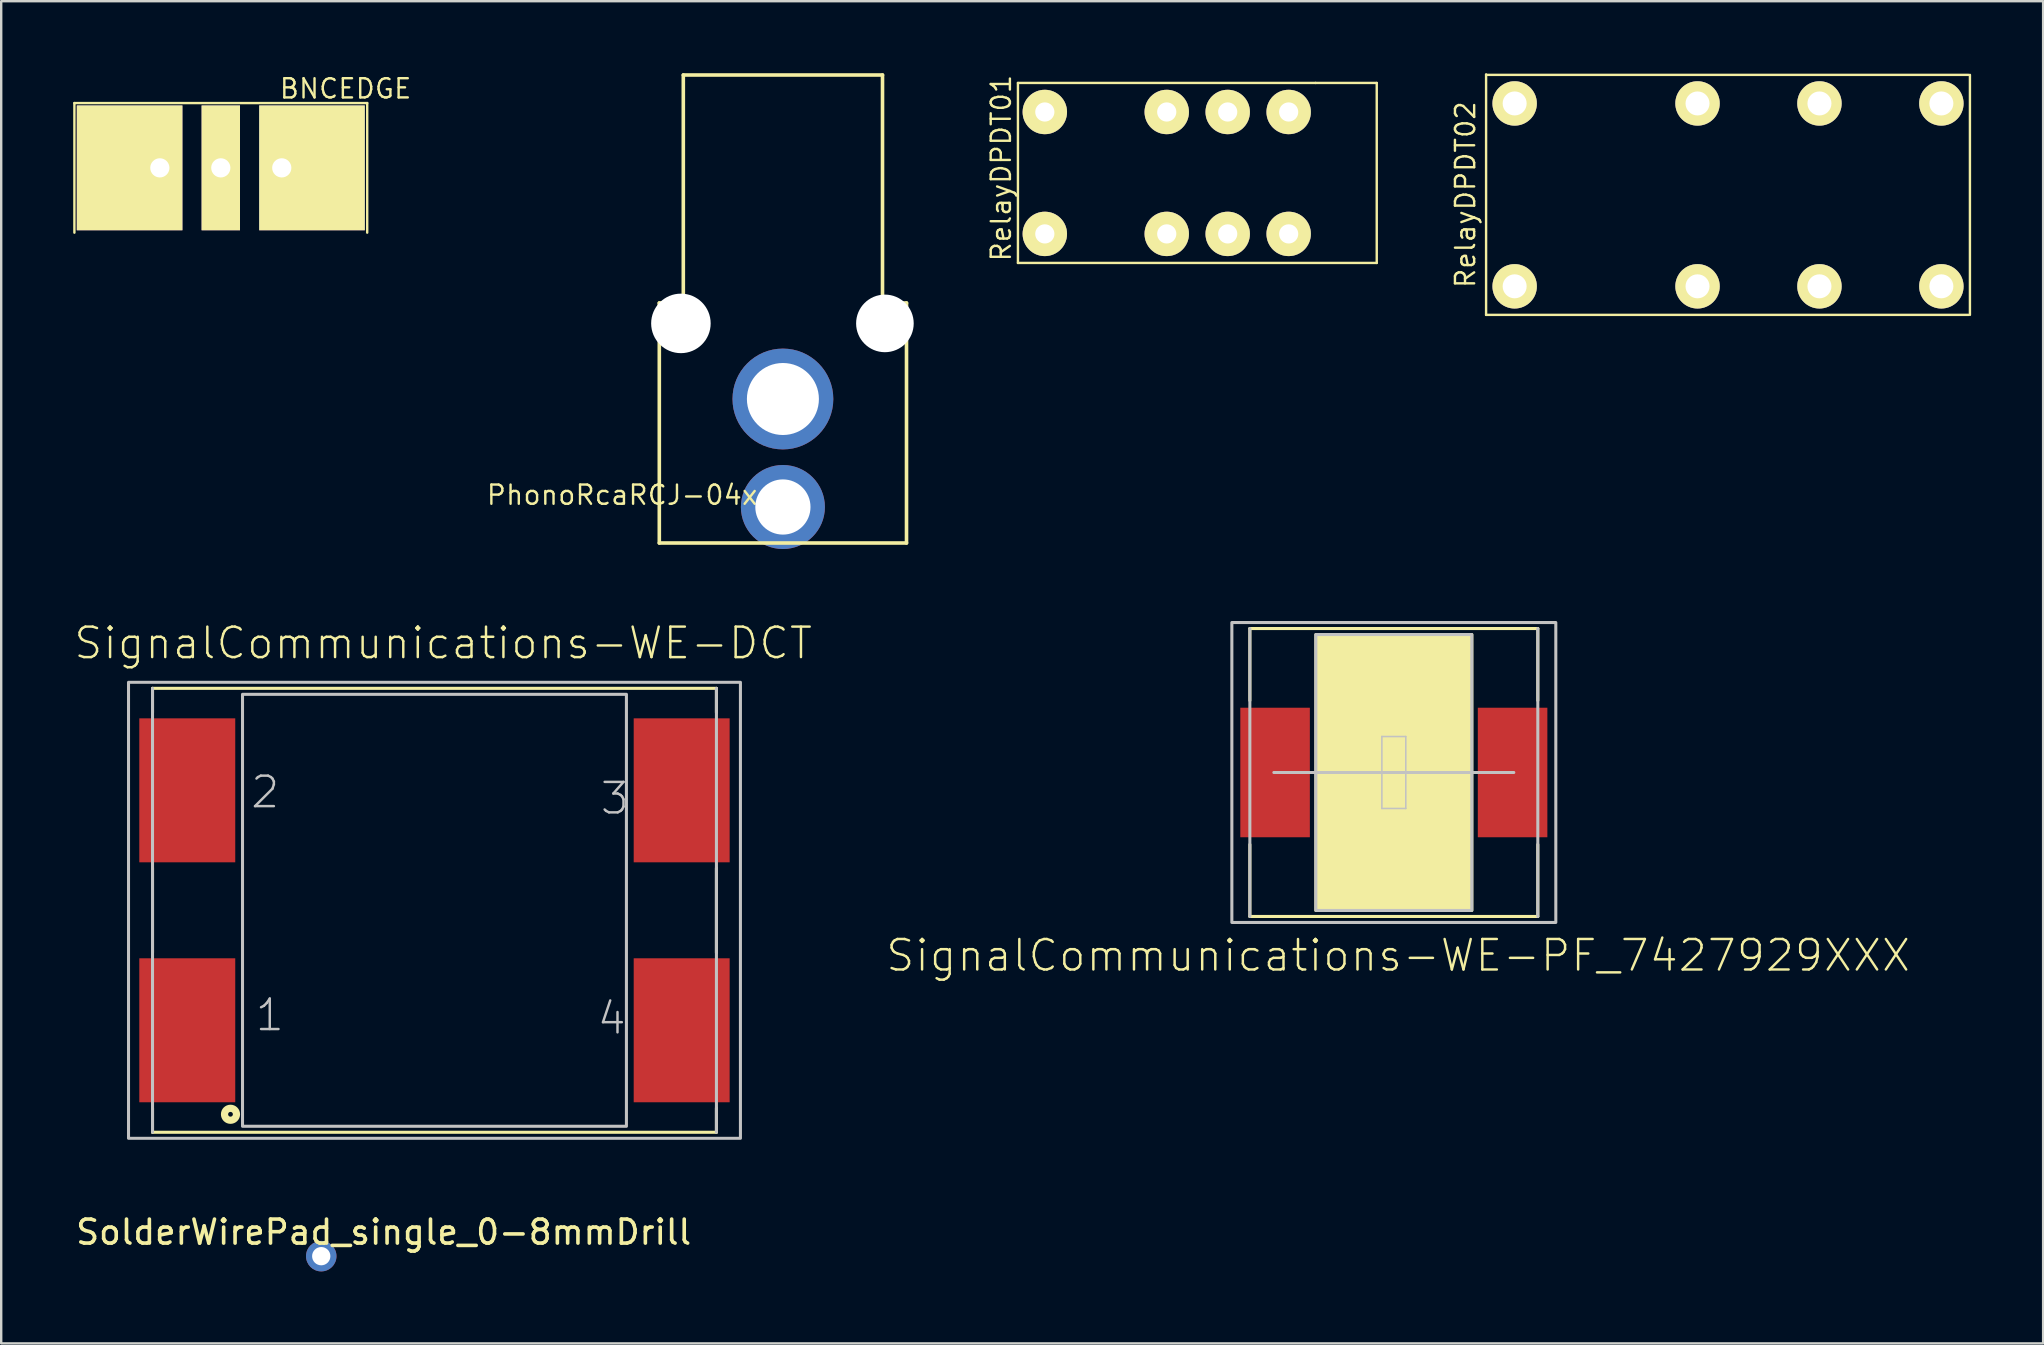
<source format=kicad_pcb>
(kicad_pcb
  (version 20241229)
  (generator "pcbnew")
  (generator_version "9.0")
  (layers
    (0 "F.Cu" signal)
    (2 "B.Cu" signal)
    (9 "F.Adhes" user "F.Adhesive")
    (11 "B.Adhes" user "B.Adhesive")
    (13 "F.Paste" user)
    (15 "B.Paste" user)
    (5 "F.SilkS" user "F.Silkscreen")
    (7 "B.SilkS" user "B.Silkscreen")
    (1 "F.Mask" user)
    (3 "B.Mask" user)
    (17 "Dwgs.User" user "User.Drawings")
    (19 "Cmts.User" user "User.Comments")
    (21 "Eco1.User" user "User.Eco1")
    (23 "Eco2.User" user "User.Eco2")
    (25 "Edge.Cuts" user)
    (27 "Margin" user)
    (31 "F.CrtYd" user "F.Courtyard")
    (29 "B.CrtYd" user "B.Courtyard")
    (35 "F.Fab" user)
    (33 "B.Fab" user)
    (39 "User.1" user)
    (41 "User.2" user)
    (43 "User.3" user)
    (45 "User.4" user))
  (footprint "RelayDPDT01"
    (layer "F.Cu")
    (at 45.564 4.156)
    (property "Reference" "RelayDPDT01" (at -6.9 -0.2 90) (layer "F.SilkS") (effects (font (size 0.8 0.8) (thickness 0.1))))
    (attr through_hole)
    (fp_line (start -6.2 -3.75) (end 6.2 -3.75) (stroke (width 0.1) (type solid)) (layer "F.SilkS"))
    (fp_line (start -6.2 3.75) (end -6.2 -3.75) (stroke (width 0.1) (type solid)) (layer "F.SilkS"))
    (fp_line (start 6.2 -3.75) (end 8.75 -3.75) (stroke (width 0.1) (type solid)) (layer "F.SilkS"))
    (fp_line (start 8.75 -3.75) (end 8.75 3.75) (stroke (width 0.1) (type solid)) (layer "F.SilkS"))
    (fp_line (start 8.75 3.75) (end -6.2 3.75) (stroke (width 0.1) (type solid)) (layer "F.SilkS"))
    (pad "1" thru_hole circle (at -5.08 2.54) (size 1.85 1.85) (drill 0.8) (layers "*.Cu" "*.Mask" "F.SilkS"))
    (pad "2" thru_hole circle (at 0 2.54) (size 1.85 1.85) (drill 0.8) (layers "*.Cu" "*.Mask" "F.SilkS"))
    (pad "3" thru_hole circle (at 2.54 2.54) (size 1.85 1.85) (drill 0.8) (layers "*.Cu" "*.Mask" "F.SilkS"))
    (pad "4" thru_hole circle (at 5.08 2.54) (size 1.85 1.85) (drill 0.8) (layers "*.Cu" "*.Mask" "F.SilkS"))
    (pad "5" thru_hole circle (at 5.08 -2.54) (size 1.85 1.85) (drill 0.8) (layers "*.Cu" "*.Mask" "F.SilkS"))
    (pad "6" thru_hole circle (at 2.54 -2.54) (size 1.85 1.85) (drill 0.8) (layers "*.Cu" "*.Mask" "F.SilkS"))
    (pad "7" thru_hole circle (at 0 -2.54) (size 1.85 1.85) (drill 0.8) (layers "*.Cu" "*.Mask" "F.SilkS"))
    (pad "8" thru_hole circle (at -5.08 -2.54) (size 1.85 1.85) (drill 0.8) (layers "*.Cu" "*.Mask" "F.SilkS")))
  (footprint "RelayDPDT02"
    (layer "F.Cu")
    (at 68.95 5.07)
    (property "Reference" "RelayDPDT02" (at -10.942 -0.01 90) (layer "F.SilkS") (effects (font (size 0.8 0.8) (thickness 0.1))))
    (attr through_hole)
    (fp_line (start -10.08 -5) (end 10.02 -5) (stroke (width 0.1) (type solid)) (layer "F.SilkS"))
    (fp_line (start -10.08 5) (end -10.08 -5.02) (stroke (width 0.1) (type solid)) (layer "F.SilkS"))
    (fp_line (start 10.02 5) (end -10.08 5) (stroke (width 0.1) (type solid)) (layer "F.SilkS"))
    (fp_line (start 10.08 -5) (end 10.08 5) (stroke (width 0.1) (type solid)) (layer "F.SilkS"))
    (pad "1" thru_hole circle (at -8.89 3.81) (size 1.85 1.85) (drill 1) (layers "*.Cu" "*.Mask" "F.SilkS"))
    (pad "2" thru_hole circle (at 3.81 3.81) (size 1.85 1.85) (drill 1) (layers "*.Cu" "*.Mask" "F.SilkS"))
    (pad "3" thru_hole circle (at -1.27 3.81) (size 1.85 1.85) (drill 1) (layers "*.Cu" "*.Mask" "F.SilkS"))
    (pad "4" thru_hole circle (at 8.89 3.81) (size 1.85 1.85) (drill 1) (layers "*.Cu" "*.Mask" "F.SilkS"))
    (pad "5" thru_hole circle (at 8.89 -3.81) (size 1.85 1.85) (drill 1) (layers "*.Cu" "*.Mask" "F.SilkS"))
    (pad "6" thru_hole circle (at -1.27 -3.81) (size 1.85 1.85) (drill 1) (layers "*.Cu" "*.Mask" "F.SilkS"))
    (pad "7" thru_hole circle (at 3.81 -3.81) (size 1.85 1.85) (drill 1) (layers "*.Cu" "*.Mask" "F.SilkS"))
    (pad "8" thru_hole circle (at -8.89 -3.81) (size 1.85 1.85) (drill 1) (layers "*.Cu" "*.Mask" "F.SilkS")))
  (footprint "SignalCommunications-WE-PF_7427929XXX"
    (layer "F.Cu")
    (at 55.026 29.137)
    (property "Reference" "SignalCommunications-WE-PF_7427929XXX" (at 0.18 7.625 0) (layer "F.SilkS") (effects (font (size 1.27 1.27) (thickness 0.102))))
    (attr smd)
    (fp_line (start -5.999 -3) (end -5.999 -5.999) (stroke (width 0.127) (type solid)) (layer "F.SilkS"))
    (fp_line (start -5.999 3) (end -5.999 5.999) (stroke (width 0.127) (type solid)) (layer "F.SilkS"))
    (fp_line (start -5.999 5.999) (end 5.999 5.999) (stroke (width 0.127) (type solid)) (layer "F.SilkS"))
    (fp_line (start 5.999 -5.999) (end -5.999 -5.999) (stroke (width 0.127) (type solid)) (layer "F.SilkS"))
    (fp_line (start 5.999 -3) (end 5.999 -5.999) (stroke (width 0.127) (type solid)) (layer "F.SilkS"))
    (fp_line (start 5.999 3) (end 5.999 5.999) (stroke (width 0.127) (type solid)) (layer "F.SilkS"))
    (fp_poly (pts (xy -3.249 -5.748) (xy 3.249 -5.748) (xy 3.249 5.748) (xy -3.249 5.748) (xy -3.249 -5.748)) (stroke (width 0.127) (type solid)) (fill yes) (layer "F.SilkS"))
    (fp_line (start -5.999 -5.999) (end -5.999 5.999) (stroke (width 0.127) (type solid)) (layer "Dwgs.User"))
    (fp_line (start -0.498 -1.499) (end 0.498 -1.499) (stroke (width 0.066) (type solid)) (layer "Dwgs.User"))
    (fp_line (start -0.498 1.499) (end -0.498 -1.499) (stroke (width 0.066) (type solid)) (layer "Dwgs.User"))
    (fp_line (start -0.498 1.499) (end 0.498 1.499) (stroke (width 0.066) (type solid)) (layer "Dwgs.User"))
    (fp_line (start 0.498 1.499) (end 0.498 -1.499) (stroke (width 0.066) (type solid)) (layer "Dwgs.User"))
    (fp_line (start 4.999 0) (end -4.999 0) (stroke (width 0.127) (type solid)) (layer "Dwgs.User"))
    (fp_line (start 5.999 5.999) (end 5.999 -5.999) (stroke (width 0.127) (type solid)) (layer "Dwgs.User"))
    (fp_poly (pts (xy -6.749 -6.248) (xy 6.749 -6.248) (xy 6.749 6.248) (xy -6.749 6.248) (xy -6.749 -6.248)) (stroke (width 0.127) (type solid)) (fill no) (layer "Dwgs.User"))
    (fp_poly (pts (xy -3.249 -5.748) (xy 3.249 -5.748) (xy 3.249 5.748) (xy -3.249 5.748) (xy -3.249 -5.748)) (stroke (width 0.127) (type solid)) (fill no) (layer "Dwgs.User"))
    (pad "1" smd rect (at -4.948 0 90) (size 5.397 2.898) (layers "F.Cu" "F.Mask" "F.Paste"))
    (pad "2" smd rect (at 4.948 0 90) (size 5.397 2.898) (layers "F.Cu" "F.Mask" "F.Paste")))
  (footprint "PhonoRcaRCJ-04x"
    (layer "F.Cu")
    (at 29.571 9.575)
    (property "Reference" "PhonoRcaRCJ-04x" (at -6.7 8 0) (layer "F.SilkS") (effects (font (size 0.8 0.8) (thickness 0.1))))
    (attr through_hole)
    (fp_line (start -5.15 0) (end -5.15 10) (stroke (width 0.15) (type solid)) (layer "F.SilkS"))
    (fp_line (start -5.15 0) (end -4.15 0) (stroke (width 0.15) (type solid)) (layer "F.SilkS"))
    (fp_line (start -5.15 10) (end 5.15 10) (stroke (width 0.15) (type solid)) (layer "F.SilkS"))
    (fp_line (start -4.15 -9.5) (end 4.15 -9.5) (stroke (width 0.15) (type solid)) (layer "F.SilkS"))
    (fp_line (start -4.15 0) (end -4.15 -9.5) (stroke (width 0.15) (type solid)) (layer "F.SilkS"))
    (fp_line (start 4.15 0) (end 4.15 -9.5) (stroke (width 0.15) (type solid)) (layer "F.SilkS"))
    (fp_line (start 4.15 0) (end 5.15 0) (stroke (width 0.15) (type solid)) (layer "F.SilkS"))
    (fp_line (start 5.15 0) (end 5.15 10) (stroke (width 0.15) (type solid)) (layer "F.SilkS"))
    (pad "" np_thru_hole circle (at -4.25 0.85) (size 2.48 2.48) (drill 2.48) (layers "*.Cu" "*.Mask"))
    (pad "" np_thru_hole circle (at 4.25 0.85) (size 2.4 2.4) (drill 2.4) (layers "*.Cu" "*.Mask"))
    (pad "1" thru_hole circle (at 0 8.5) (size 3.5 3.5) (drill 2.3) (layers "*.Cu" "*.Mask"))
    (pad "2" thru_hole circle (at 0 4) (size 4.2 4.2) (drill 3) (layers "*.Cu" "*.Mask")))
  (footprint "SignalCommunications-WE-DCT"
    (layer "F.Cu")
    (at 15.053 34.879)
    (property "Reference" "SignalCommunications-WE-DCT" (at 0.363 -11.133 0) (layer "F.SilkS") (effects (font (size 1.27 1.27) (thickness 0.102))))
    (attr smd)
    (fp_line (start -11.748 -9.248) (end 11.748 -9.248) (stroke (width 0.127) (type solid)) (layer "F.SilkS"))
    (fp_line (start -11.748 -8.24) (end -11.748 -9.248) (stroke (width 0.127) (type solid)) (layer "F.SilkS"))
    (fp_line (start -11.748 -1.768) (end -11.748 1.758) (stroke (width 0.127) (type solid)) (layer "F.SilkS"))
    (fp_line (start -11.748 8.24) (end -11.748 9.248) (stroke (width 0.127) (type solid)) (layer "F.SilkS"))
    (fp_line (start -11.748 9.248) (end 11.748 9.248) (stroke (width 0.127) (type solid)) (layer "F.SilkS"))
    (fp_line (start 11.748 -8.24) (end 11.748 -9.248) (stroke (width 0.127) (type solid)) (layer "F.SilkS"))
    (fp_line (start 11.748 -1.758) (end 11.748 1.768) (stroke (width 0.127) (type solid)) (layer "F.SilkS"))
    (fp_line (start 11.748 8.24) (end 11.748 9.248) (stroke (width 0.127) (type solid)) (layer "F.SilkS"))
    (fp_circle (center -8.499 8.499) (end -8.499 8.4) (stroke (width 0.3) (type solid)) (fill no) (layer "F.SilkS"))
    (fp_line (start -11.748 -9.248) (end -11.748 9.248) (stroke (width 0.127) (type solid)) (layer "Dwgs.User"))
    (fp_line (start 11.748 -9.248) (end 11.748 9.248) (stroke (width 0.127) (type solid)) (layer "Dwgs.User"))
    (fp_poly (pts (xy -12.748 -9.5) (xy 12.748 -9.5) (xy 12.748 9.5) (xy -12.748 9.5) (xy -12.748 -9.5)) (stroke (width 0.127) (type solid)) (fill no) (layer "Dwgs.User"))
    (fp_poly (pts (xy -7.998 -8.999) (xy 7.998 -8.999) (xy 7.998 8.999) (xy -7.998 8.999) (xy -7.998 -8.999)) (stroke (width 0.127) (type solid)) (fill no) (layer "Dwgs.User"))
    (fp_text user "3" (at 7.513 -4.663 0) (layer "Dwgs.User") (effects (font (size 1.27 1.27) (thickness 0.102))))
    (fp_text user "2" (at -7.054 -4.923 0) (layer "Dwgs.User") (effects (font (size 1.27 1.27) (thickness 0.102))))
    (fp_text user "1" (at -6.863 4.364 0) (layer "Dwgs.User") (effects (font (size 1.27 1.27) (thickness 0.102))))
    (fp_text user "4" (at 7.384 4.503 0) (layer "Dwgs.User") (effects (font (size 1.27 1.27) (thickness 0.102))))
    (pad "1" smd rect (at -10.3 4.999) (size 3.998 5.999) (layers "F.Cu" "F.Mask" "F.Paste"))
    (pad "2" smd rect (at -10.3 -4.999) (size 3.998 5.999) (layers "F.Cu" "F.Mask" "F.Paste"))
    (pad "3" smd rect (at 10.3 -4.999) (size 3.998 5.999) (layers "F.Cu" "F.Mask" "F.Paste"))
    (pad "4" smd rect (at 10.3 4.999) (size 3.998 5.999) (layers "F.Cu" "F.Mask" "F.Paste")))
  (footprint "BNCEDGE"
    (layer "F.Cu")
    (at 6.15 6.644)
    (property "Reference" "BNCEDGE" (at 5.2 -6 0) (layer "F.SilkS") (effects (font (size 0.8 0.8) (thickness 0.1))))
    (attr through_hole)
    (fp_line (start -6.1 -5.4) (end 6.1 -5.4) (stroke (width 0.1) (type solid)) (layer "F.SilkS"))
    (fp_line (start -6.1 0) (end -6.1 -5.4) (stroke (width 0.1) (type solid)) (layer "F.SilkS"))
    (fp_line (start 6.1 -5.4) (end 6.1 0) (stroke (width 0.1) (type solid)) (layer "F.SilkS"))
    (pad "1" thru_hole rect (at 0 -2.7) (size 1.6 5.2) (drill 0.8) (layers "*.Cu" "*.Mask" "F.SilkS"))
    (pad "2" thru_hole rect (at -2.54 -2.7) (size 4.4 5.2) (drill 0.8 (offset -1.26 0)) (layers "*.Cu" "*.Mask" "F.SilkS"))
    (pad "2" thru_hole rect (at 2.54 -2.7) (size 4.4 5.2) (drill 0.8 (offset 1.26 0)) (layers "*.Cu" "*.Mask" "F.SilkS")))
  (footprint "SolderWirePad_single_0-8mmDrill"
    (layer "F.Cu")
    (at 10.335 49.29)
    (property "Reference" "SolderWirePad_single_0-8mmDrill" (at 2.6 -1 0) (layer "F.SilkS") (effects (font (size 1 1) (thickness 0.15))))
    (attr through_hole)
    (pad "1" thru_hole circle (at 0 0) (size 1.27 1.27) (drill 0.762) (layers "*.Cu" "*.Mask")))
  (gr_rect
    (start -3 -3)
    (end 82.08 52.925)
    (stroke (width 0.1) (type default))
    (fill no)
    (layer "Edge.Cuts")))
</source>
